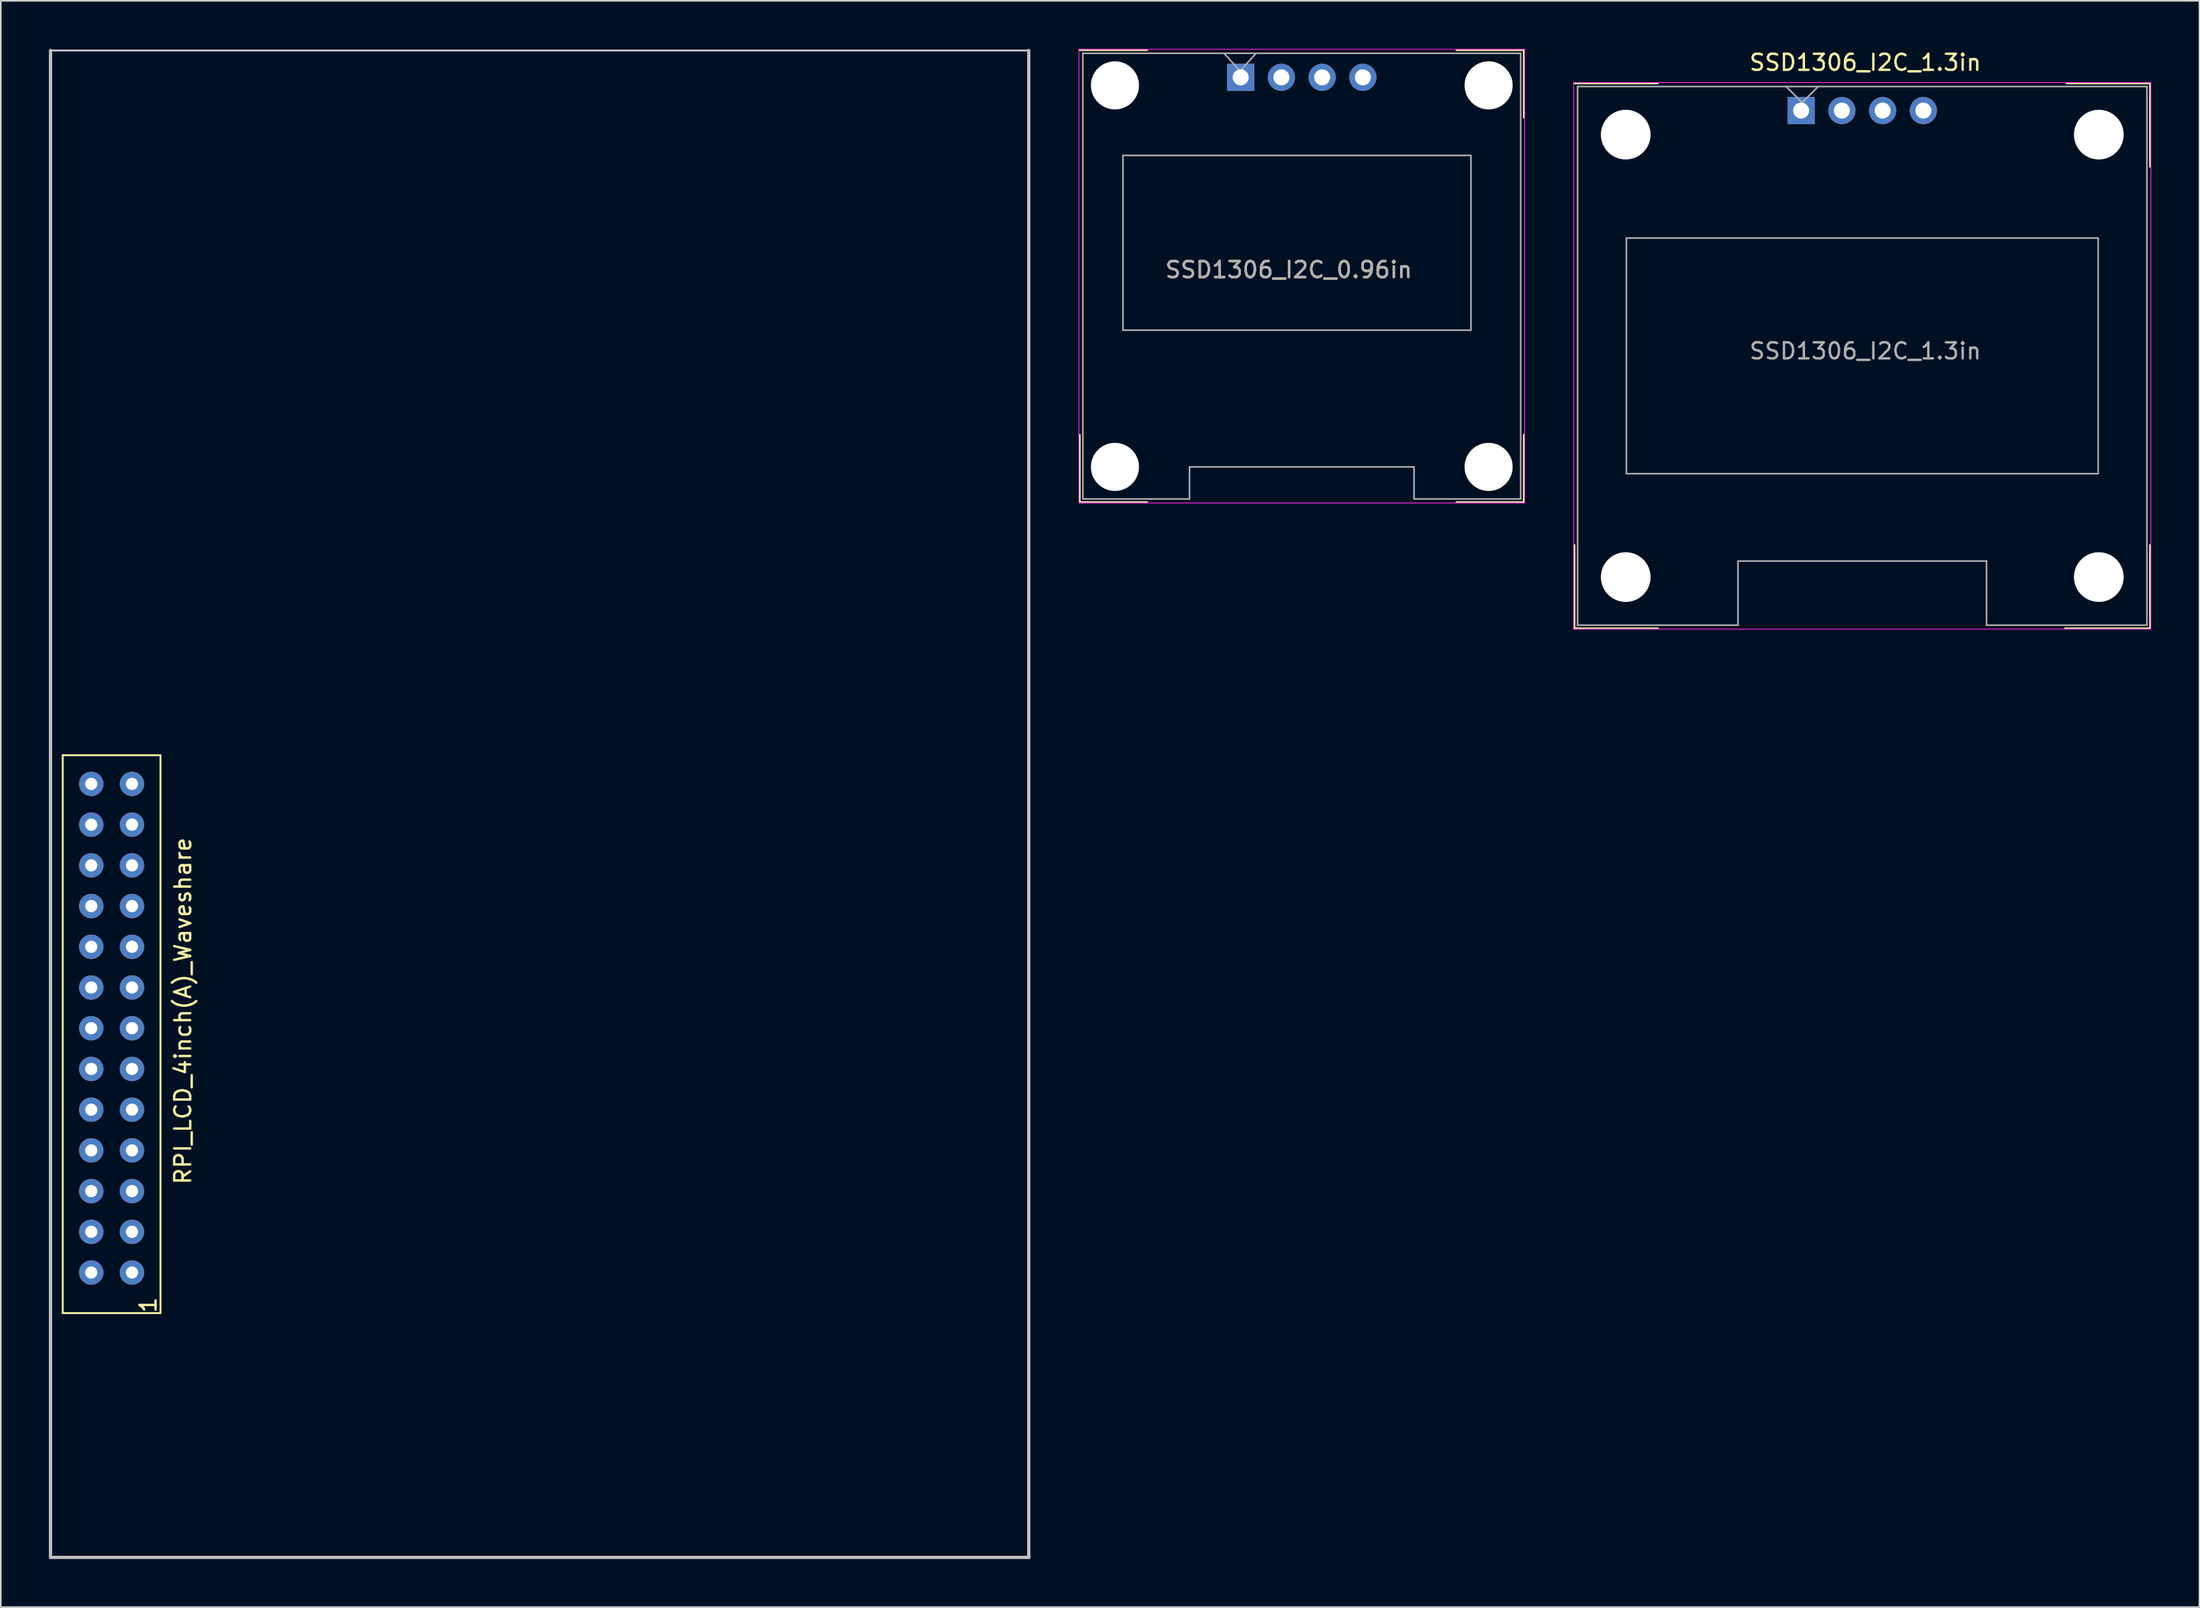
<source format=kicad_pcb>
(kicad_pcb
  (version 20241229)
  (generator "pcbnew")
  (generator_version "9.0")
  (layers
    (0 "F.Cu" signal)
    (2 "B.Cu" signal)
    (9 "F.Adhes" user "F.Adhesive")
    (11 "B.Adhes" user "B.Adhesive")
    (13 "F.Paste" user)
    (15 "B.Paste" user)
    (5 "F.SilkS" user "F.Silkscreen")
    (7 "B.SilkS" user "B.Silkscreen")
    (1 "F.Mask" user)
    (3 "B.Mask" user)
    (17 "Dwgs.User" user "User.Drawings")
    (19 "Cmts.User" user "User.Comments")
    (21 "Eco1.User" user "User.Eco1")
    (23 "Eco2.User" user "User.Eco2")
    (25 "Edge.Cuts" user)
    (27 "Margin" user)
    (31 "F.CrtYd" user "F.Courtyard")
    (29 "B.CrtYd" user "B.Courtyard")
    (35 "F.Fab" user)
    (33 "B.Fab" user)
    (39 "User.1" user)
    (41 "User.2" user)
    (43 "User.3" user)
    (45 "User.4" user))
  (footprint "SSD1306_I2C_0.96in"
    (layer "F.Cu")
    (at 74.315 1.775)
    (property "Reference" "SSD1306_I2C_0.96in" (at 3 12 0) (unlocked yes) (layer "F.SilkS") (effects (font (size 1 1) (thickness 0.15))))
    (attr through_hole)
    (fp_line (start -10.04 26.5) (end -10.04 22.3) (stroke (width 0.12) (type solid)) (layer "F.SilkS"))
    (fp_line (start -5.84 -1.7) (end -10.04 -1.7) (stroke (width 0.12) (type solid)) (layer "F.SilkS"))
    (fp_line (start -5.84 26.5) (end -10.04 26.5) (stroke (width 0.12) (type solid)) (layer "F.SilkS"))
    (fp_line (start 13.46 -1.7) (end 17.66 -1.7) (stroke (width 0.12) (type solid)) (layer "F.SilkS"))
    (fp_line (start 17.66 -1.7) (end 17.66 2.5) (stroke (width 0.12) (type solid)) (layer "F.SilkS"))
    (fp_line (start 17.66 22.3) (end 17.66 26.5) (stroke (width 0.12) (type solid)) (layer "F.SilkS"))
    (fp_line (start 17.66 26.5) (end 13.46 26.5) (stroke (width 0.12) (type solid)) (layer "F.SilkS"))
    (fp_rect (start -10.09 -1.75) (end 17.71 26.55) (stroke (width 0.05) (type solid)) (fill no) (layer "F.CrtYd"))
    (fp_line (start -9.84 -1.5) (end 17.46 -1.5) (stroke (width 0.1) (type solid)) (layer "F.Fab"))
    (fp_line (start -9.84 26.3) (end -9.84 -1.5) (stroke (width 0.1) (type solid)) (layer "F.Fab"))
    (fp_line (start -7.34 4.87) (end 14.36 4.87) (stroke (width 0.1) (type solid)) (layer "F.Fab"))
    (fp_line (start -7.34 15.77) (end -7.34 4.87) (stroke (width 0.1) (type solid)) (layer "F.Fab"))
    (fp_line (start -3.19 24.3) (end -3.19 26.3) (stroke (width 0.1) (type solid)) (layer "F.Fab"))
    (fp_line (start -3.19 26.3) (end -9.84 26.3) (stroke (width 0.1) (type solid)) (layer "F.Fab"))
    (fp_line (start -0.04 -0.4) (end -1.04 -1.5) (stroke (width 0.1) (type solid)) (layer "F.Fab"))
    (fp_line (start -0.04 -0.4) (end 0.96 -1.5) (stroke (width 0.1) (type solid)) (layer "F.Fab"))
    (fp_line (start 10.81 24.3) (end -3.19 24.3) (stroke (width 0.1) (type solid)) (layer "F.Fab"))
    (fp_line (start 10.81 26.3) (end 10.81 24.3) (stroke (width 0.1) (type solid)) (layer "F.Fab"))
    (fp_line (start 14.36 4.87) (end 14.36 15.77) (stroke (width 0.1) (type solid)) (layer "F.Fab"))
    (fp_line (start 14.36 15.77) (end -7.34 15.77) (stroke (width 0.1) (type solid)) (layer "F.Fab"))
    (fp_line (start 17.46 -1.5) (end 17.46 26.3) (stroke (width 0.1) (type solid)) (layer "F.Fab"))
    (fp_line (start 17.46 26.3) (end 10.81 26.3) (stroke (width 0.1) (type solid)) (layer "F.Fab"))
    (fp_text user "${REFERENCE}" (at 3 12 0) (unlocked yes) (layer "F.Fab") (effects (font (size 1 1) (thickness 0.15))))
    (pad "" np_thru_hole circle (at -7.84 0.5) (size 3 3) (drill 3) (layers "*.Cu" "*.Mask"))
    (pad "" np_thru_hole circle (at -7.84 24.3) (size 3 3) (drill 3) (layers "*.Cu" "*.Mask"))
    (pad "" np_thru_hole circle (at 15.46 0.5) (size 3 3) (drill 3) (layers "*.Cu" "*.Mask"))
    (pad "" np_thru_hole circle (at 15.46 24.3) (size 3 3) (drill 3) (layers "*.Cu" "*.Mask"))
    (pad "1" thru_hole rect (at 0 0) (size 1.7 1.7) (drill 1) (layers "*.Cu" "*.Mask"))
    (pad "2" thru_hole circle (at 2.54 0) (size 1.7 1.7) (drill 1) (layers "*.Cu" "*.Mask"))
    (pad "3" thru_hole circle (at 5.08 0) (size 1.7 1.7) (drill 1) (layers "*.Cu" "*.Mask"))
    (pad "4" thru_hole circle (at 7.62 0) (size 1.7 1.7) (drill 1) (layers "*.Cu" "*.Mask")))
  (footprint "RPI_LCD_4inch(A)_Waveshare"
    (layer "F.Cu")
    (at 2.64 76.32)
    (property "Reference" "RPI_LCD_4inch(A)_Waveshare" (at 5.715 -16.307 90) (layer "F.SilkS") (effects (font (size 1 1) (thickness 0.15))))
    (attr through_hole)
    (fp_line (start -2.512 17.775) (end -2.507 17.775) (stroke (width 0.12) (type solid)) (layer "F.SilkS"))
    (fp_line (start -1.778 -32.258) (end -1.778 2.54) (stroke (width 0.12) (type solid)) (layer "F.SilkS"))
    (fp_line (start -1.778 2.54) (end 4.3 2.54) (stroke (width 0.12) (type solid)) (layer "F.SilkS"))
    (fp_line (start 4.305 -32.258) (end -1.778 -32.258) (stroke (width 0.12) (type solid)) (layer "F.SilkS"))
    (fp_line (start 4.318 2.54) (end 4.318 -32.258) (stroke (width 0.12) (type solid)) (layer "F.SilkS"))
    (fp_line (start -2.54 -76.22) (end -2.54 17.78) (stroke (width 0.2) (type solid)) (layer "Dwgs.User"))
    (fp_line (start -2.54 17.78) (end 58.46 17.78) (stroke (width 0.2) (type solid)) (layer "Dwgs.User"))
    (fp_line (start 58.46 -76.22) (end -2.54 -76.22) (stroke (width 0.12) (type solid)) (layer "Dwgs.User"))
    (fp_line (start 58.46 17.78) (end 58.46 -76.22) (stroke (width 0.2) (type solid)) (layer "Dwgs.User"))
    (fp_text user "1" (at 3.556 2.032 90) (layer "F.SilkS") (effects (font (size 1 1) (thickness 0.15))))
    (pad "1" thru_hole circle (at 2.54 0.01) (size 1.524 1.524) (drill 0.762) (layers "*.Cu" "*.Mask"))
    (pad "2" thru_hole circle (at 0 0.01) (size 1.524 1.524) (drill 0.762) (layers "*.Cu" "*.Mask"))
    (pad "3" thru_hole circle (at 2.54 -2.53) (size 1.524 1.524) (drill 0.762) (layers "*.Cu" "*.Mask"))
    (pad "4" thru_hole circle (at 0 -2.53) (size 1.524 1.524) (drill 0.762) (layers "*.Cu" "*.Mask"))
    (pad "5" thru_hole circle (at 2.54 -5.07) (size 1.524 1.524) (drill 0.762) (layers "*.Cu" "*.Mask"))
    (pad "6" thru_hole circle (at 0 -5.07) (size 1.524 1.524) (drill 0.762) (layers "*.Cu" "*.Mask"))
    (pad "7" thru_hole circle (at 2.54 -7.61) (size 1.524 1.524) (drill 0.762) (layers "*.Cu" "*.Mask"))
    (pad "8" thru_hole circle (at 0 -7.61) (size 1.524 1.524) (drill 0.762) (layers "*.Cu" "*.Mask"))
    (pad "9" thru_hole circle (at 2.54 -10.15) (size 1.524 1.524) (drill 0.762) (layers "*.Cu" "*.Mask"))
    (pad "10" thru_hole circle (at 0 -10.15) (size 1.524 1.524) (drill 0.762) (layers "*.Cu" "*.Mask"))
    (pad "11" thru_hole circle (at 2.54 -12.69) (size 1.524 1.524) (drill 0.762) (layers "*.Cu" "*.Mask"))
    (pad "12" thru_hole circle (at 0 -12.69) (size 1.524 1.524) (drill 0.762) (layers "*.Cu" "*.Mask"))
    (pad "13" thru_hole circle (at 2.54 -15.23) (size 1.524 1.524) (drill 0.762) (layers "*.Cu" "*.Mask"))
    (pad "14" thru_hole circle (at 0 -15.23) (size 1.524 1.524) (drill 0.762) (layers "*.Cu" "*.Mask"))
    (pad "15" thru_hole circle (at 2.54 -17.77) (size 1.524 1.524) (drill 0.762) (layers "*.Cu" "*.Mask"))
    (pad "16" thru_hole circle (at 0 -17.77) (size 1.524 1.524) (drill 0.762) (layers "*.Cu" "*.Mask"))
    (pad "17" thru_hole circle (at 2.54 -20.31) (size 1.524 1.524) (drill 0.762) (layers "*.Cu" "*.Mask"))
    (pad "18" thru_hole circle (at 0 -20.31) (size 1.524 1.524) (drill 0.762) (layers "*.Cu" "*.Mask"))
    (pad "19" thru_hole circle (at 2.54 -22.85) (size 1.524 1.524) (drill 0.762) (layers "*.Cu" "*.Mask"))
    (pad "20" thru_hole circle (at 0 -22.85) (size 1.524 1.524) (drill 0.762) (layers "*.Cu" "*.Mask"))
    (pad "21" thru_hole circle (at 2.54 -25.39) (size 1.524 1.524) (drill 0.762) (layers "*.Cu" "*.Mask"))
    (pad "22" thru_hole circle (at 0 -25.39) (size 1.524 1.524) (drill 0.762) (layers "*.Cu" "*.Mask"))
    (pad "23" thru_hole circle (at 2.54 -27.93) (size 1.524 1.524) (drill 0.762) (layers "*.Cu" "*.Mask"))
    (pad "24" thru_hole circle (at 0 -27.93) (size 1.524 1.524) (drill 0.762) (layers "*.Cu" "*.Mask"))
    (pad "25" thru_hole circle (at 2.54 -30.47) (size 1.524 1.524) (drill 0.762) (layers "*.Cu" "*.Mask"))
    (pad "26" thru_hole circle (at 0 -30.47) (size 1.524 1.524) (drill 0.762) (layers "*.Cu" "*.Mask")))
  (footprint "SSD1306_I2C_1.3in"
    (layer "F.Cu")
    (at 109.265 3.848)
    (property "Reference" "SSD1306_I2C_1.3in" (at 4 -3 0) (unlocked yes) (layer "F.SilkS") (effects (font (size 1 1) (thickness 0.15))))
    (attr through_hole)
    (fp_line (start -14.14 27.1) (end -14.14 32.3) (stroke (width 0.12) (type solid)) (layer "F.SilkS"))
    (fp_line (start -14.14 32.3) (end -8.94 32.3) (stroke (width 0.12) (type solid)) (layer "F.SilkS"))
    (fp_line (start -8.94 -1.7) (end -14.14 -1.7) (stroke (width 0.12) (type solid)) (layer "F.SilkS"))
    (fp_line (start 16.56 -1.7) (end 21.76 -1.7) (stroke (width 0.12) (type solid)) (layer "F.SilkS"))
    (fp_line (start 21.76 -1.7) (end 21.76 3.5) (stroke (width 0.12) (type solid)) (layer "F.SilkS"))
    (fp_line (start 21.76 27.1) (end 21.76 32.3) (stroke (width 0.12) (type solid)) (layer "F.SilkS"))
    (fp_line (start 21.76 32.3) (end 16.46 32.3) (stroke (width 0.12) (type solid)) (layer "F.SilkS"))
    (fp_rect (start -14.19 32.35) (end 21.81 -1.75) (stroke (width 0.05) (type solid)) (fill no) (layer "F.CrtYd"))
    (fp_line (start -13.94 -1.5) (end 21.56 -1.5) (stroke (width 0.1) (type solid)) (layer "F.Fab"))
    (fp_line (start -13.94 32.1) (end -13.94 -1.5) (stroke (width 0.1) (type solid)) (layer "F.Fab"))
    (fp_line (start -3.94 28.1) (end -3.94 32.1) (stroke (width 0.1) (type solid)) (layer "F.Fab"))
    (fp_line (start -3.94 32.1) (end -13.94 32.1) (stroke (width 0.1) (type solid)) (layer "F.Fab"))
    (fp_line (start -0.94 -1.5) (end 0.06 -0.5) (stroke (width 0.1) (type solid)) (layer "F.Fab"))
    (fp_line (start 0.06 -0.5) (end 1.06 -1.5) (stroke (width 0.1) (type solid)) (layer "F.Fab"))
    (fp_line (start 11.56 28.1) (end -3.94 28.1) (stroke (width 0.1) (type solid)) (layer "F.Fab"))
    (fp_line (start 11.56 32.1) (end 11.56 28.1) (stroke (width 0.1) (type solid)) (layer "F.Fab"))
    (fp_line (start 21.56 -1.5) (end 21.56 32.1) (stroke (width 0.1) (type solid)) (layer "F.Fab"))
    (fp_line (start 21.56 32.1) (end 11.56 32.1) (stroke (width 0.1) (type solid)) (layer "F.Fab"))
    (fp_rect (start -10.9 22.65) (end 18.52 7.95) (stroke (width 0.1) (type solid)) (fill no) (layer "F.Fab"))
    (fp_text user "${REFERENCE}" (at 4 15 0) (unlocked yes) (layer "F.Fab") (effects (font (size 1 1) (thickness 0.15))))
    (pad "" np_thru_hole circle (at -10.94 1.5) (size 3.1 3.1) (drill 3.1) (layers "*.Cu" "*.Mask"))
    (pad "" np_thru_hole circle (at -10.94 29.1) (size 3.1 3.1) (drill 3.1) (layers "*.Cu" "*.Mask"))
    (pad "" np_thru_hole circle (at 18.56 1.5) (size 3.1 3.1) (drill 3.1) (layers "*.Cu" "*.Mask"))
    (pad "" np_thru_hole circle (at 18.56 29.1) (size 3.1 3.1) (drill 3.1) (layers "*.Cu" "*.Mask"))
    (pad "1" thru_hole rect (at 0 0) (size 1.7 1.7) (drill 1) (layers "*.Cu" "*.Mask"))
    (pad "2" thru_hole circle (at 2.54 0) (size 1.7 1.7) (drill 1) (layers "*.Cu" "*.Mask"))
    (pad "3" thru_hole circle (at 5.08 0) (size 1.7 1.7) (drill 1) (layers "*.Cu" "*.Mask"))
    (pad "4" thru_hole circle (at 7.62 0) (size 1.7 1.7) (drill 1) (layers "*.Cu" "*.Mask")))
  (gr_rect
    (start -3 -3)
    (end 134.1 97.2)
    (stroke (width 0.1) (type default))
    (fill no)
    (layer "Edge.Cuts")))
</source>
